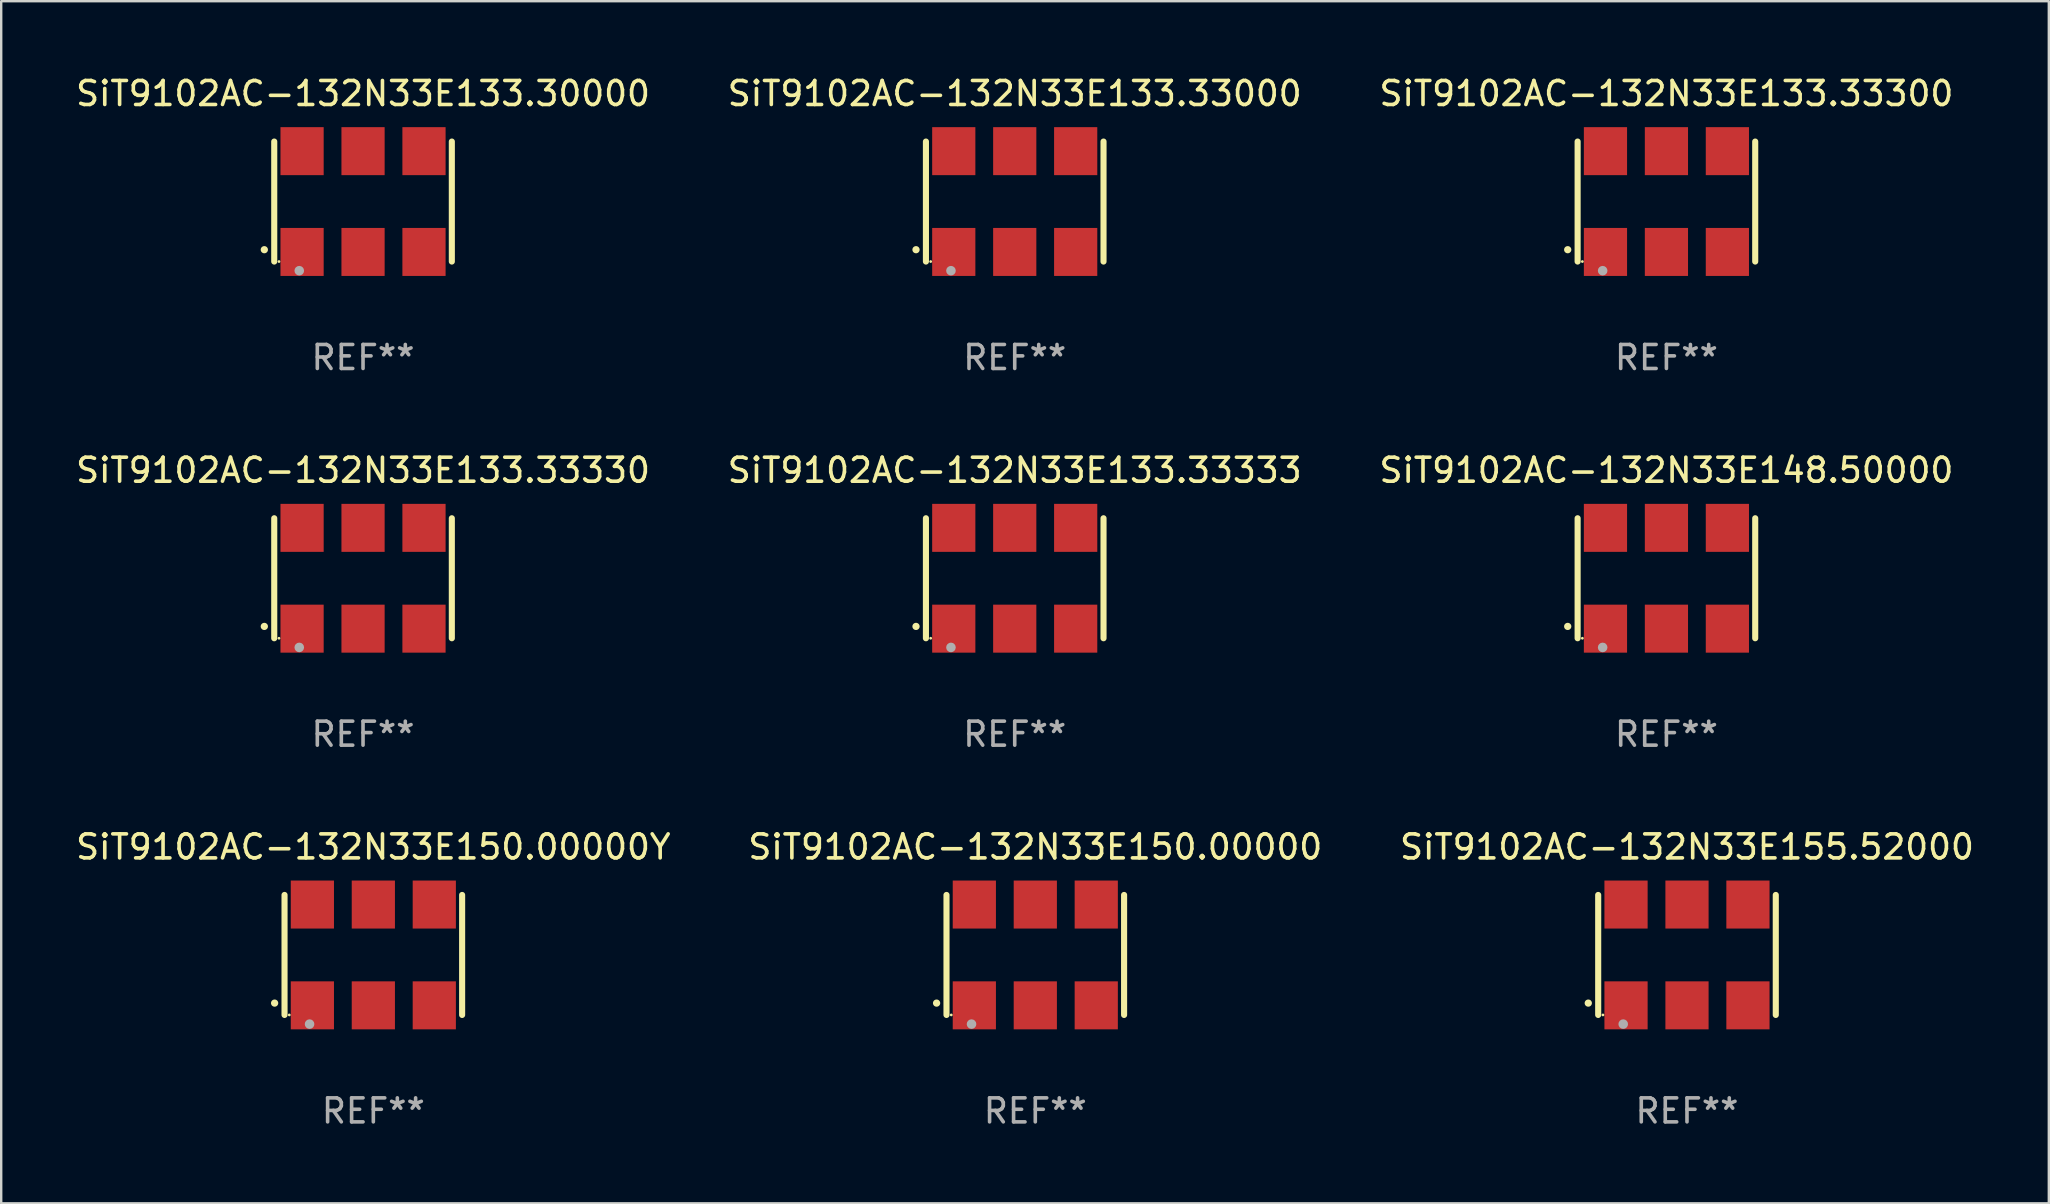
<source format=kicad_pcb>
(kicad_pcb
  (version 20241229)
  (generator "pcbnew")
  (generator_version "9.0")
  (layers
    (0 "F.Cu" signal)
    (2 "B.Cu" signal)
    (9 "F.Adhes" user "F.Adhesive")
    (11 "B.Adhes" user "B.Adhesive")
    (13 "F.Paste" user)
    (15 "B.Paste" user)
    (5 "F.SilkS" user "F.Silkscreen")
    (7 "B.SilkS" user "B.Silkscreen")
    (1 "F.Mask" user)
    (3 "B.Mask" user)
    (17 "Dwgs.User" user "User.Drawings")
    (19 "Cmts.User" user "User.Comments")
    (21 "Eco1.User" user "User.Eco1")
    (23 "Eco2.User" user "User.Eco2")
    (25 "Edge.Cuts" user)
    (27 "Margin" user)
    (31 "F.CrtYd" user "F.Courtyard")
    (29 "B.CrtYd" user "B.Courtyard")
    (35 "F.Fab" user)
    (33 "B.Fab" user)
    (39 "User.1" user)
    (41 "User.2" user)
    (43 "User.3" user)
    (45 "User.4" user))
  (footprint "SiT9102AC-132N33E150.00000Y"
    (layer "F.Cu")
    (at 12.506 36.741)
    (property "Reference" "SiT9102AC-132N33E150.00000Y" (at 0 -4.5 0) (layer "F.SilkS") (effects (font (size 1 1) (thickness 0.15))))
    (attr through_hole)
    (fp_line (start -3.7 -2.5) (end -3.7 2.5) (stroke (width 0.254) (type solid)) (layer "F.SilkS"))
    (fp_line (start 3.7 -2.5) (end 3.7 2.5) (stroke (width 0.254) (type solid)) (layer "F.SilkS"))
    (fp_arc (start -4.114415 2.006604) (mid -4.113145 2.006599) (end -4.111875 2.006604) (stroke (width 0.3) (type solid)) (layer "F.SilkS"))
    (fp_circle (center -3.502 2.5) (end -3.472 2.5) (stroke (width 0.06) (type solid)) (fill no) (layer "F.SilkS"))
    (fp_circle (center -2.657 2.882) (end -2.557 2.882) (stroke (width 0.2) (type solid)) (fill no) (layer "F.Fab"))
    (fp_text user "REF**" (at 0 6.5 0) (layer "F.Fab") (effects (font (size 1 1) (thickness 0.15))))
    (pad "1" smd rect (at -2.54 2.1) (size 1.8 2) (layers "F.Cu" "F.Mask" "F.Paste"))
    (pad "2" smd rect (at 0.000394 2.1) (size 1.8 2) (layers "F.Cu" "F.Mask" "F.Paste"))
    (pad "3" smd rect (at 2.54 2.1) (size 1.8 2) (layers "F.Cu" "F.Mask" "F.Paste"))
    (pad "4" smd rect (at 2.54 -2.1) (size 1.8 2) (layers "F.Cu" "F.Mask" "F.Paste"))
    (pad "5" smd rect (at 0.000394 -2.1) (size 1.8 2) (layers "F.Cu" "F.Mask" "F.Paste"))
    (pad "6" smd rect (at -2.54 -2.1) (size 1.8 2) (layers "F.Cu" "F.Mask" "F.Paste")))
  (footprint "SiT9102AC-132N33E155.52000"
    (layer "F.Cu")
    (at 67.244 36.741)
    (property "Reference" "SiT9102AC-132N33E155.52000" (at 0 -4.5 0) (layer "F.SilkS") (effects (font (size 1 1) (thickness 0.15))))
    (attr through_hole)
    (fp_line (start -3.7 -2.5) (end -3.7 2.5) (stroke (width 0.254) (type solid)) (layer "F.SilkS"))
    (fp_line (start 3.7 -2.5) (end 3.7 2.5) (stroke (width 0.254) (type solid)) (layer "F.SilkS"))
    (fp_arc (start -4.114415 2.006604) (mid -4.113145 2.006599) (end -4.111875 2.006604) (stroke (width 0.3) (type solid)) (layer "F.SilkS"))
    (fp_circle (center -3.502 2.5) (end -3.472 2.5) (stroke (width 0.06) (type solid)) (fill no) (layer "F.SilkS"))
    (fp_circle (center -2.657 2.882) (end -2.557 2.882) (stroke (width 0.2) (type solid)) (fill no) (layer "F.Fab"))
    (fp_text user "REF**" (at 0 6.5 0) (layer "F.Fab") (effects (font (size 1 1) (thickness 0.15))))
    (pad "1" smd rect (at -2.54 2.1) (size 1.8 2) (layers "F.Cu" "F.Mask" "F.Paste"))
    (pad "2" smd rect (at 0.000394 2.1) (size 1.8 2) (layers "F.Cu" "F.Mask" "F.Paste"))
    (pad "3" smd rect (at 2.54 2.1) (size 1.8 2) (layers "F.Cu" "F.Mask" "F.Paste"))
    (pad "4" smd rect (at 2.54 -2.1) (size 1.8 2) (layers "F.Cu" "F.Mask" "F.Paste"))
    (pad "5" smd rect (at 0.000394 -2.1) (size 1.8 2) (layers "F.Cu" "F.Mask" "F.Paste"))
    (pad "6" smd rect (at -2.54 -2.1) (size 1.8 2) (layers "F.Cu" "F.Mask" "F.Paste")))
  (footprint "SiT9102AC-132N33E150.00000"
    (layer "F.Cu")
    (at 40.089 36.741)
    (property "Reference" "SiT9102AC-132N33E150.00000" (at 0 -4.5 0) (layer "F.SilkS") (effects (font (size 1 1) (thickness 0.15))))
    (attr through_hole)
    (fp_line (start -3.7 -2.5) (end -3.7 2.5) (stroke (width 0.254) (type solid)) (layer "F.SilkS"))
    (fp_line (start 3.7 -2.5) (end 3.7 2.5) (stroke (width 0.254) (type solid)) (layer "F.SilkS"))
    (fp_arc (start -4.114415 2.006604) (mid -4.113145 2.006599) (end -4.111875 2.006604) (stroke (width 0.3) (type solid)) (layer "F.SilkS"))
    (fp_circle (center -3.502 2.5) (end -3.472 2.5) (stroke (width 0.06) (type solid)) (fill no) (layer "F.SilkS"))
    (fp_circle (center -2.657 2.882) (end -2.557 2.882) (stroke (width 0.2) (type solid)) (fill no) (layer "F.Fab"))
    (fp_text user "REF**" (at 0 6.5 0) (layer "F.Fab") (effects (font (size 1 1) (thickness 0.15))))
    (pad "1" smd rect (at -2.54 2.1) (size 1.8 2) (layers "F.Cu" "F.Mask" "F.Paste"))
    (pad "2" smd rect (at 0.000394 2.1) (size 1.8 2) (layers "F.Cu" "F.Mask" "F.Paste"))
    (pad "3" smd rect (at 2.54 2.1) (size 1.8 2) (layers "F.Cu" "F.Mask" "F.Paste"))
    (pad "4" smd rect (at 2.54 -2.1) (size 1.8 2) (layers "F.Cu" "F.Mask" "F.Paste"))
    (pad "5" smd rect (at 0.000394 -2.1) (size 1.8 2) (layers "F.Cu" "F.Mask" "F.Paste"))
    (pad "6" smd rect (at -2.54 -2.1) (size 1.8 2) (layers "F.Cu" "F.Mask" "F.Paste")))
  (footprint "SiT9102AC-132N33E133.33330"
    (layer "F.Cu")
    (at 12.077 21.045)
    (property "Reference" "SiT9102AC-132N33E133.33330" (at 0 -4.5 0) (layer "F.SilkS") (effects (font (size 1 1) (thickness 0.15))))
    (attr through_hole)
    (fp_line (start -3.7 -2.5) (end -3.7 2.5) (stroke (width 0.254) (type solid)) (layer "F.SilkS"))
    (fp_line (start 3.7 -2.5) (end 3.7 2.5) (stroke (width 0.254) (type solid)) (layer "F.SilkS"))
    (fp_arc (start -4.114415 2.006604) (mid -4.113145 2.006599) (end -4.111875 2.006604) (stroke (width 0.3) (type solid)) (layer "F.SilkS"))
    (fp_circle (center -3.502 2.5) (end -3.472 2.5) (stroke (width 0.06) (type solid)) (fill no) (layer "F.SilkS"))
    (fp_circle (center -2.657 2.882) (end -2.557 2.882) (stroke (width 0.2) (type solid)) (fill no) (layer "F.Fab"))
    (fp_text user "REF**" (at 0 6.5 0) (layer "F.Fab") (effects (font (size 1 1) (thickness 0.15))))
    (pad "1" smd rect (at -2.54 2.1) (size 1.8 2) (layers "F.Cu" "F.Mask" "F.Paste"))
    (pad "2" smd rect (at 0.000394 2.1) (size 1.8 2) (layers "F.Cu" "F.Mask" "F.Paste"))
    (pad "3" smd rect (at 2.54 2.1) (size 1.8 2) (layers "F.Cu" "F.Mask" "F.Paste"))
    (pad "4" smd rect (at 2.54 -2.1) (size 1.8 2) (layers "F.Cu" "F.Mask" "F.Paste"))
    (pad "5" smd rect (at 0.000394 -2.1) (size 1.8 2) (layers "F.Cu" "F.Mask" "F.Paste"))
    (pad "6" smd rect (at -2.54 -2.1) (size 1.8 2) (layers "F.Cu" "F.Mask" "F.Paste")))
  (footprint "SiT9102AC-132N33E133.33333"
    (layer "F.Cu")
    (at 39.232 21.045)
    (property "Reference" "SiT9102AC-132N33E133.33333" (at 0 -4.5 0) (layer "F.SilkS") (effects (font (size 1 1) (thickness 0.15))))
    (attr through_hole)
    (fp_line (start -3.7 -2.5) (end -3.7 2.5) (stroke (width 0.254) (type solid)) (layer "F.SilkS"))
    (fp_line (start 3.7 -2.5) (end 3.7 2.5) (stroke (width 0.254) (type solid)) (layer "F.SilkS"))
    (fp_arc (start -4.114415 2.006604) (mid -4.113145 2.006599) (end -4.111875 2.006604) (stroke (width 0.3) (type solid)) (layer "F.SilkS"))
    (fp_circle (center -3.502 2.5) (end -3.472 2.5) (stroke (width 0.06) (type solid)) (fill no) (layer "F.SilkS"))
    (fp_circle (center -2.657 2.882) (end -2.557 2.882) (stroke (width 0.2) (type solid)) (fill no) (layer "F.Fab"))
    (fp_text user "REF**" (at 0 6.5 0) (layer "F.Fab") (effects (font (size 1 1) (thickness 0.15))))
    (pad "1" smd rect (at -2.54 2.1) (size 1.8 2) (layers "F.Cu" "F.Mask" "F.Paste"))
    (pad "2" smd rect (at 0.000394 2.1) (size 1.8 2) (layers "F.Cu" "F.Mask" "F.Paste"))
    (pad "3" smd rect (at 2.54 2.1) (size 1.8 2) (layers "F.Cu" "F.Mask" "F.Paste"))
    (pad "4" smd rect (at 2.54 -2.1) (size 1.8 2) (layers "F.Cu" "F.Mask" "F.Paste"))
    (pad "5" smd rect (at 0.000394 -2.1) (size 1.8 2) (layers "F.Cu" "F.Mask" "F.Paste"))
    (pad "6" smd rect (at -2.54 -2.1) (size 1.8 2) (layers "F.Cu" "F.Mask" "F.Paste")))
  (footprint "SiT9102AC-132N33E148.50000"
    (layer "F.Cu")
    (at 66.387 21.045)
    (property "Reference" "SiT9102AC-132N33E148.50000" (at 0 -4.5 0) (layer "F.SilkS") (effects (font (size 1 1) (thickness 0.15))))
    (attr through_hole)
    (fp_line (start -3.7 -2.5) (end -3.7 2.5) (stroke (width 0.254) (type solid)) (layer "F.SilkS"))
    (fp_line (start 3.7 -2.5) (end 3.7 2.5) (stroke (width 0.254) (type solid)) (layer "F.SilkS"))
    (fp_arc (start -4.114415 2.006604) (mid -4.113145 2.006599) (end -4.111875 2.006604) (stroke (width 0.3) (type solid)) (layer "F.SilkS"))
    (fp_circle (center -3.502 2.5) (end -3.472 2.5) (stroke (width 0.06) (type solid)) (fill no) (layer "F.SilkS"))
    (fp_circle (center -2.657 2.882) (end -2.557 2.882) (stroke (width 0.2) (type solid)) (fill no) (layer "F.Fab"))
    (fp_text user "REF**" (at 0 6.5 0) (layer "F.Fab") (effects (font (size 1 1) (thickness 0.15))))
    (pad "1" smd rect (at -2.54 2.1) (size 1.8 2) (layers "F.Cu" "F.Mask" "F.Paste"))
    (pad "2" smd rect (at 0.000394 2.1) (size 1.8 2) (layers "F.Cu" "F.Mask" "F.Paste"))
    (pad "3" smd rect (at 2.54 2.1) (size 1.8 2) (layers "F.Cu" "F.Mask" "F.Paste"))
    (pad "4" smd rect (at 2.54 -2.1) (size 1.8 2) (layers "F.Cu" "F.Mask" "F.Paste"))
    (pad "5" smd rect (at 0.000394 -2.1) (size 1.8 2) (layers "F.Cu" "F.Mask" "F.Paste"))
    (pad "6" smd rect (at -2.54 -2.1) (size 1.8 2) (layers "F.Cu" "F.Mask" "F.Paste")))
  (footprint "SiT9102AC-132N33E133.30000"
    (layer "F.Cu")
    (at 12.077 5.348)
    (property "Reference" "SiT9102AC-132N33E133.30000" (at 0 -4.5 0) (layer "F.SilkS") (effects (font (size 1 1) (thickness 0.15))))
    (attr through_hole)
    (fp_line (start -3.7 -2.5) (end -3.7 2.5) (stroke (width 0.254) (type solid)) (layer "F.SilkS"))
    (fp_line (start 3.7 -2.5) (end 3.7 2.5) (stroke (width 0.254) (type solid)) (layer "F.SilkS"))
    (fp_arc (start -4.114415 2.006604) (mid -4.113145 2.006599) (end -4.111875 2.006604) (stroke (width 0.3) (type solid)) (layer "F.SilkS"))
    (fp_circle (center -3.502 2.5) (end -3.472 2.5) (stroke (width 0.06) (type solid)) (fill no) (layer "F.SilkS"))
    (fp_circle (center -2.657 2.882) (end -2.557 2.882) (stroke (width 0.2) (type solid)) (fill no) (layer "F.Fab"))
    (fp_text user "REF**" (at 0 6.5 0) (layer "F.Fab") (effects (font (size 1 1) (thickness 0.15))))
    (pad "1" smd rect (at -2.54 2.1) (size 1.8 2) (layers "F.Cu" "F.Mask" "F.Paste"))
    (pad "2" smd rect (at 0.000394 2.1) (size 1.8 2) (layers "F.Cu" "F.Mask" "F.Paste"))
    (pad "3" smd rect (at 2.54 2.1) (size 1.8 2) (layers "F.Cu" "F.Mask" "F.Paste"))
    (pad "4" smd rect (at 2.54 -2.1) (size 1.8 2) (layers "F.Cu" "F.Mask" "F.Paste"))
    (pad "5" smd rect (at 0.000394 -2.1) (size 1.8 2) (layers "F.Cu" "F.Mask" "F.Paste"))
    (pad "6" smd rect (at -2.54 -2.1) (size 1.8 2) (layers "F.Cu" "F.Mask" "F.Paste")))
  (footprint "SiT9102AC-132N33E133.33000"
    (layer "F.Cu")
    (at 39.232 5.348)
    (property "Reference" "SiT9102AC-132N33E133.33000" (at 0 -4.5 0) (layer "F.SilkS") (effects (font (size 1 1) (thickness 0.15))))
    (attr through_hole)
    (fp_line (start -3.7 -2.5) (end -3.7 2.5) (stroke (width 0.254) (type solid)) (layer "F.SilkS"))
    (fp_line (start 3.7 -2.5) (end 3.7 2.5) (stroke (width 0.254) (type solid)) (layer "F.SilkS"))
    (fp_arc (start -4.114415 2.006604) (mid -4.113145 2.006599) (end -4.111875 2.006604) (stroke (width 0.3) (type solid)) (layer "F.SilkS"))
    (fp_circle (center -3.502 2.5) (end -3.472 2.5) (stroke (width 0.06) (type solid)) (fill no) (layer "F.SilkS"))
    (fp_circle (center -2.657 2.882) (end -2.557 2.882) (stroke (width 0.2) (type solid)) (fill no) (layer "F.Fab"))
    (fp_text user "REF**" (at 0 6.5 0) (layer "F.Fab") (effects (font (size 1 1) (thickness 0.15))))
    (pad "1" smd rect (at -2.54 2.1) (size 1.8 2) (layers "F.Cu" "F.Mask" "F.Paste"))
    (pad "2" smd rect (at 0.000394 2.1) (size 1.8 2) (layers "F.Cu" "F.Mask" "F.Paste"))
    (pad "3" smd rect (at 2.54 2.1) (size 1.8 2) (layers "F.Cu" "F.Mask" "F.Paste"))
    (pad "4" smd rect (at 2.54 -2.1) (size 1.8 2) (layers "F.Cu" "F.Mask" "F.Paste"))
    (pad "5" smd rect (at 0.000394 -2.1) (size 1.8 2) (layers "F.Cu" "F.Mask" "F.Paste"))
    (pad "6" smd rect (at -2.54 -2.1) (size 1.8 2) (layers "F.Cu" "F.Mask" "F.Paste")))
  (footprint "SiT9102AC-132N33E133.33300"
    (layer "F.Cu")
    (at 66.387 5.348)
    (property "Reference" "SiT9102AC-132N33E133.33300" (at 0 -4.5 0) (layer "F.SilkS") (effects (font (size 1 1) (thickness 0.15))))
    (attr through_hole)
    (fp_line (start -3.7 -2.5) (end -3.7 2.5) (stroke (width 0.254) (type solid)) (layer "F.SilkS"))
    (fp_line (start 3.7 -2.5) (end 3.7 2.5) (stroke (width 0.254) (type solid)) (layer "F.SilkS"))
    (fp_arc (start -4.114415 2.006604) (mid -4.113145 2.006599) (end -4.111875 2.006604) (stroke (width 0.3) (type solid)) (layer "F.SilkS"))
    (fp_circle (center -3.502 2.5) (end -3.472 2.5) (stroke (width 0.06) (type solid)) (fill no) (layer "F.SilkS"))
    (fp_circle (center -2.657 2.882) (end -2.557 2.882) (stroke (width 0.2) (type solid)) (fill no) (layer "F.Fab"))
    (fp_text user "REF**" (at 0 6.5 0) (layer "F.Fab") (effects (font (size 1 1) (thickness 0.15))))
    (pad "1" smd rect (at -2.54 2.1) (size 1.8 2) (layers "F.Cu" "F.Mask" "F.Paste"))
    (pad "2" smd rect (at 0.000394 2.1) (size 1.8 2) (layers "F.Cu" "F.Mask" "F.Paste"))
    (pad "3" smd rect (at 2.54 2.1) (size 1.8 2) (layers "F.Cu" "F.Mask" "F.Paste"))
    (pad "4" smd rect (at 2.54 -2.1) (size 1.8 2) (layers "F.Cu" "F.Mask" "F.Paste"))
    (pad "5" smd rect (at 0.000394 -2.1) (size 1.8 2) (layers "F.Cu" "F.Mask" "F.Paste"))
    (pad "6" smd rect (at -2.54 -2.1) (size 1.8 2) (layers "F.Cu" "F.Mask" "F.Paste")))
  (gr_rect
    (start -3 -3)
    (end 82.321 47.09)
    (stroke (width 0.1) (type default))
    (fill no)
    (layer "Edge.Cuts")))
</source>
